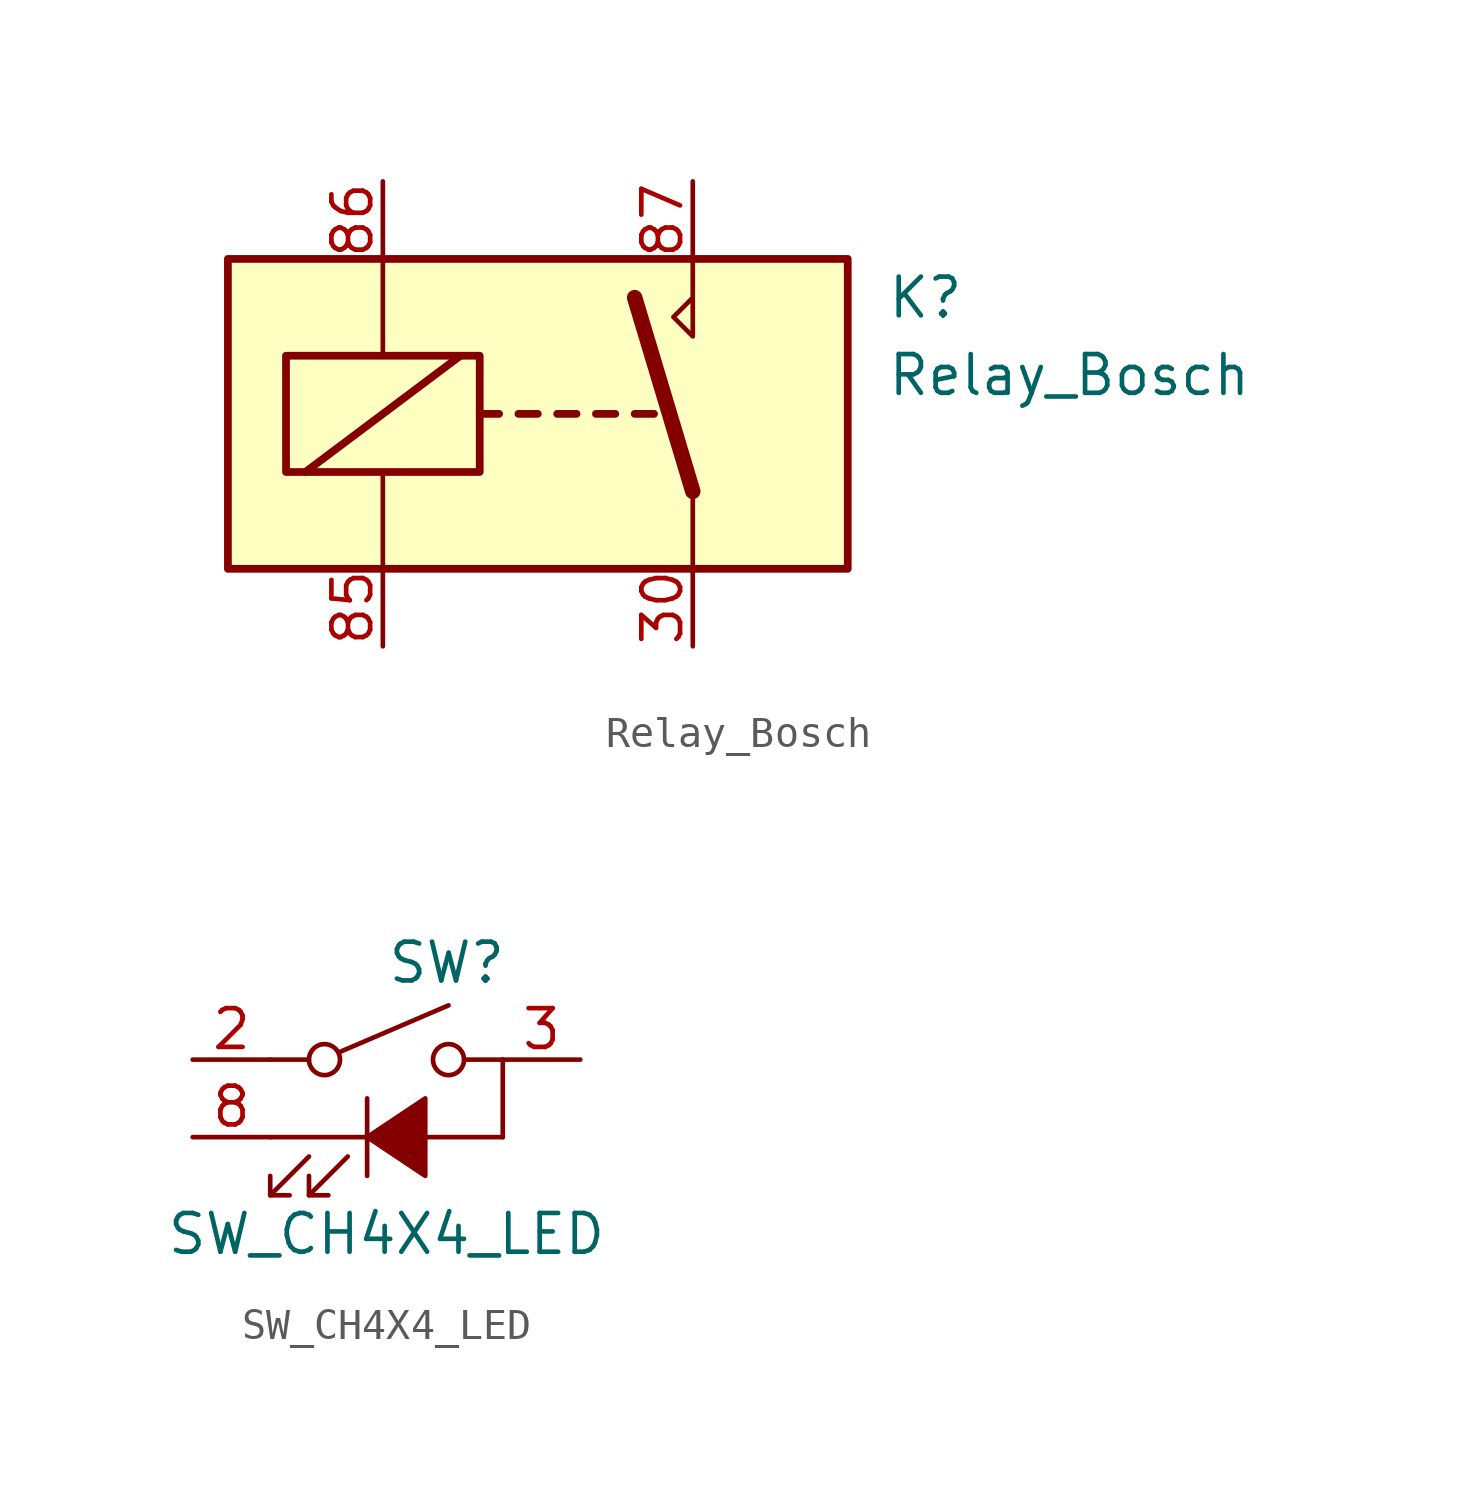
<source format=kicad_sym>
(kicad_symbol_lib
  (version 20211014)
  (generator kicad_symbol_editor)
  (symbol "Relay_Bosch"
    (property "Reference" "K"
      (at 11.43 3.81 0)
      (effects (font (size 1.27 1.27)) (justify left)))
    (property "Value" "Relay_Bosch"
      (at 11.43 1.27 0)
      (effects (font (size 1.27 1.27)) (justify left)))
    (symbol "Relay_Bosch_0_0"
      (polyline (pts (xy 5.08 5.08) (xy 5.08 2.54) (xy 4.445 3.175) (xy 5.08 3.81)) (stroke (width 0) (type default) (color 0 0 0 0)) (fill (type none))))
    (symbol "Relay_Bosch_0_1"
      (rectangle (start -10.16 5.08) (end 10.16 -5.08) (stroke (width 0.254) (type default) (color 0 0 0 0)) (fill (type background)))
      (rectangle (start -8.255 1.905) (end -1.905 -1.905) (stroke (width 0.254) (type default) (color 0 0 0 0)) (fill (type none)))
      (polyline (pts (xy -7.62 -1.905) (xy -2.54 1.905)) (stroke (width 0.254) (type default) (color 0 0 0 0)) (fill (type none)))
      (polyline (pts (xy -5.08 -5.08) (xy -5.08 -1.905)) (stroke (width 0) (type default) (color 0 0 0 0)) (fill (type none)))
      (polyline (pts (xy -5.08 5.08) (xy -5.08 1.905)) (stroke (width 0) (type default) (color 0 0 0 0)) (fill (type none)))
      (polyline (pts (xy -1.905 0) (xy -1.27 0)) (stroke (width 0.254) (type default) (color 0 0 0 0)) (fill (type none)))
      (polyline (pts (xy -0.635 0) (xy 0 0)) (stroke (width 0.254) (type default) (color 0 0 0 0)) (fill (type none)))
      (polyline (pts (xy 0.635 0) (xy 1.27 0)) (stroke (width 0.254) (type default) (color 0 0 0 0)) (fill (type none)))
      (polyline (pts (xy 1.905 0) (xy 2.54 0)) (stroke (width 0.254) (type default) (color 0 0 0 0)) (fill (type none)))
      (polyline (pts (xy 3.175 0) (xy 3.81 0)) (stroke (width 0.254) (type default) (color 0 0 0 0)) (fill (type none)))
      (polyline (pts (xy 5.08 -2.54) (xy 3.175 3.81)) (stroke (width 0.508) (type default) (color 0 0 0 0)) (fill (type none)))
      (polyline (pts (xy 5.08 -2.54) (xy 5.08 -5.08)) (stroke (width 0) (type default) (color 0 0 0 0)) (fill (type none))))
    (symbol "Relay_Bosch_1_1"
      (pin passive line (at 5.08 -7.62 90) (length 2.54) (name "~" (effects (font (size 1.27 1.27)))) (number "30" (effects (font (size 1.27 1.27)))))
      (pin passive line (at -5.08 -7.62 90) (length 2.54) (name "~" (effects (font (size 1.27 1.27)))) (number "85" (effects (font (size 1.27 1.27)))))
      (pin passive line (at -5.08 7.62 270) (length 2.54) (name "~" (effects (font (size 1.27 1.27)))) (number "86" (effects (font (size 1.27 1.27)))))
      (pin passive line (at 5.08 7.62 270) (length 2.54) (name "~" (effects (font (size 1.27 1.27)))) (number "87" (effects (font (size 1.27 1.27)))))))
  (symbol "SW_CH4X4_LED"
    (pin_names
      (offset 1.016) hide)
    (property "Reference" "SW"
      (at 0 5.715 0)
      (effects (font (size 1.27 1.27)) (justify left)))
    (property "Value" "SW_CH4X4_LED"
      (at 0 -3.175 0)
      (effects (font (size 1.27 1.27))))
    (symbol "SW_CH4X4_LED_0_0"
      (polyline (pts (xy -3.81 -1.905) (xy -2.54 -0.635)) (stroke (width 0) (type default) (color 0 0 0 0)) (fill (type none)))
      (polyline (pts (xy -2.54 -1.905) (xy -1.27 -0.635)) (stroke (width 0) (type default) (color 0 0 0 0)) (fill (type none)))
      (polyline (pts (xy -0.635 1.27) (xy -0.635 -1.27)) (stroke (width 0) (type default) (color 0 0 0 0)) (fill (type none)))
      (polyline (pts (xy -3.81 -1.27) (xy -3.81 -1.905) (xy -3.175 -1.905)) (stroke (width 0) (type default) (color 0 0 0 0)) (fill (type none)))
      (polyline (pts (xy -2.54 -1.27) (xy -2.54 -1.905) (xy -1.905 -1.905)) (stroke (width 0) (type default) (color 0 0 0 0)) (fill (type none)))
      (polyline (pts (xy -0.635 0) (xy 1.27 1.27) (xy 1.27 -1.27) (xy -0.635 0)) (stroke (width 0) (type default) (color 0 0 0 0)) (fill (type outline))))
    (symbol "SW_CH4X4_LED_0_1"
      (circle (center -2.032 2.54) (radius 0.508) (stroke (width 0) (type default) (color 0 0 0 0)) (fill (type none)))
      (polyline (pts (xy -3.81 0) (xy 3.81 0)) (stroke (width 0) (type default) (color 0 0 0 0)) (fill (type none)))
      (polyline (pts (xy -3.81 2.54) (xy -2.54 2.54)) (stroke (width 0) (type default) (color 0 0 0 0)) (fill (type none)))
      (polyline (pts (xy -1.524 2.794) (xy 2.032 4.318)) (stroke (width 0) (type default) (color 0 0 0 0)) (fill (type none)))
      (polyline (pts (xy 2.54 2.54) (xy 3.81 2.54)) (stroke (width 0) (type default) (color 0 0 0 0)) (fill (type none)))
      (polyline (pts (xy 3.81 2.54) (xy 3.81 0)) (stroke (width 0) (type default) (color 0 0 0 0)) (fill (type none)))
      (circle (center 2.032 2.54) (radius 0.508) (stroke (width 0) (type default) (color 0 0 0 0)) (fill (type none)))
      (pin passive line (at -6.35 2.54 0) (length 2.54) (name "2" (effects (font (size 1.27 1.27)))) (number "2" (effects (font (size 1.27 1.27)))))
      (pin passive line (at 6.35 2.54 180) (length 2.54) (name "3" (effects (font (size 1.27 1.27)))) (number "3" (effects (font (size 1.27 1.27)))))
      (pin passive line (at -6.35 0 0) (length 2.54) (name "8" (effects (font (size 1.27 1.27)))) (number "8" (effects (font (size 1.27 1.27))))))))
</source>
